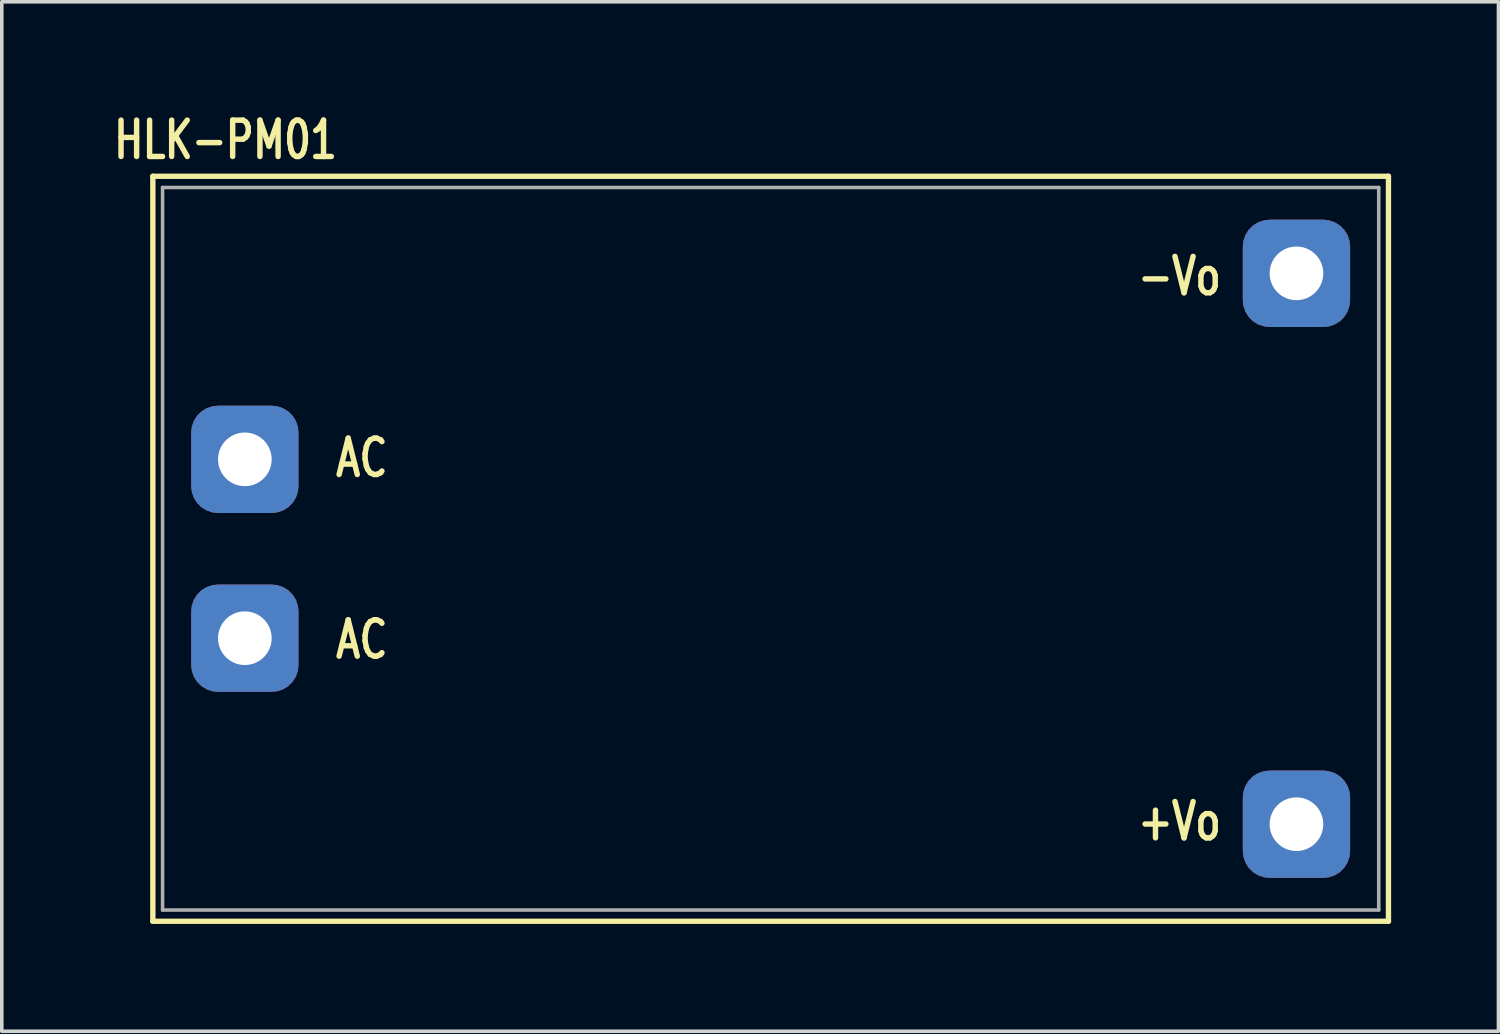
<source format=kicad_pcb>
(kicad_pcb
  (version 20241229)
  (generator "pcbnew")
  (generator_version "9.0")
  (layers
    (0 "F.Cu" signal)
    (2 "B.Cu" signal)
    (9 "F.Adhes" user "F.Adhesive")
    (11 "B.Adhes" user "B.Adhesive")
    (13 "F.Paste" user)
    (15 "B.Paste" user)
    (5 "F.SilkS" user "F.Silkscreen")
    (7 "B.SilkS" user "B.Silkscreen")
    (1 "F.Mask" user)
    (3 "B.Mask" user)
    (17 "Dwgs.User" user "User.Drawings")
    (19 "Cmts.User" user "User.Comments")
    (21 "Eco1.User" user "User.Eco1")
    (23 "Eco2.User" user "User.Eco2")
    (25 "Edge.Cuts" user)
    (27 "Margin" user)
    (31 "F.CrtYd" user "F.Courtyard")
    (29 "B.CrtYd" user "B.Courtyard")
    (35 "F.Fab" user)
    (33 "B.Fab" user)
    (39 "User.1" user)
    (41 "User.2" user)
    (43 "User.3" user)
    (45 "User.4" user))
  (footprint "HLK-PM01"
    (layer "F.Cu")
    (at 18.495 12.292)
    (property "Reference" "HLK-PM01" (at -15.24 -11.43 0) (layer "F.SilkS") (effects (font (size 1.016 0.762) (thickness 0.152))))
    (attr through_hole)
    (fp_line (start -17.272 -10.414) (end 17.272 -10.414) (stroke (width 0.15) (type solid)) (layer "F.SilkS"))
    (fp_line (start -17.272 10.414) (end -17.272 -10.414) (stroke (width 0.15) (type solid)) (layer "F.SilkS"))
    (fp_line (start 17.272 -10.414) (end 17.272 10.414) (stroke (width 0.15) (type solid)) (layer "F.SilkS"))
    (fp_line (start 17.272 10.414) (end -17.272 10.414) (stroke (width 0.15) (type solid)) (layer "F.SilkS"))
    (fp_line (start -17 -10.1) (end 17 -10.1) (stroke (width 0.1) (type solid)) (layer "F.Fab"))
    (fp_line (start -17 10.1) (end -17 -10.1) (stroke (width 0.1) (type solid)) (layer "F.Fab"))
    (fp_line (start 17 -10.1) (end 17 10.1) (stroke (width 0.1) (type solid)) (layer "F.Fab"))
    (fp_line (start 17 10.1) (end -17 10.1) (stroke (width 0.1) (type solid)) (layer "F.Fab"))
    (fp_text user "+Vo" (at 11.43 7.62 0) (layer "F.SilkS") (effects (font (size 1.016 0.762) (thickness 0.152))))
    (fp_text user "AC" (at -11.43 2.54 0) (layer "F.SilkS") (effects (font (size 1.016 0.762) (thickness 0.152))))
    (fp_text user "AC" (at -11.43 -2.54 0) (layer "F.SilkS") (effects (font (size 1.016 0.762) (thickness 0.152))))
    (fp_text user "-Vo" (at 11.43 -7.62 0) (layer "F.SilkS") (effects (font (size 1.016 0.762) (thickness 0.152))))
    (pad "1" thru_hole roundrect (at -14.7 -2.5) (size 3 3) (drill 1.5) (layers "*.Cu" "*.Mask") (roundrect_rratio 0.25))
    (pad "2" thru_hole roundrect (at -14.7 2.5) (size 3 3) (drill 1.5) (layers "*.Cu" "*.Mask") (roundrect_rratio 0.25))
    (pad "3" thru_hole roundrect (at 14.7 -7.7) (size 3 3) (drill 1.5) (layers "*.Cu" "*.Mask") (roundrect_rratio 0.25))
    (pad "4" thru_hole roundrect (at 14.7 7.7) (size 3 3) (drill 1.5) (layers "*.Cu" "*.Mask") (roundrect_rratio 0.25)))
  (gr_rect
    (start -3 -3)
    (end 38.842 25.781)
    (stroke (width 0.1) (type default))
    (fill no)
    (layer "Edge.Cuts")))
</source>
